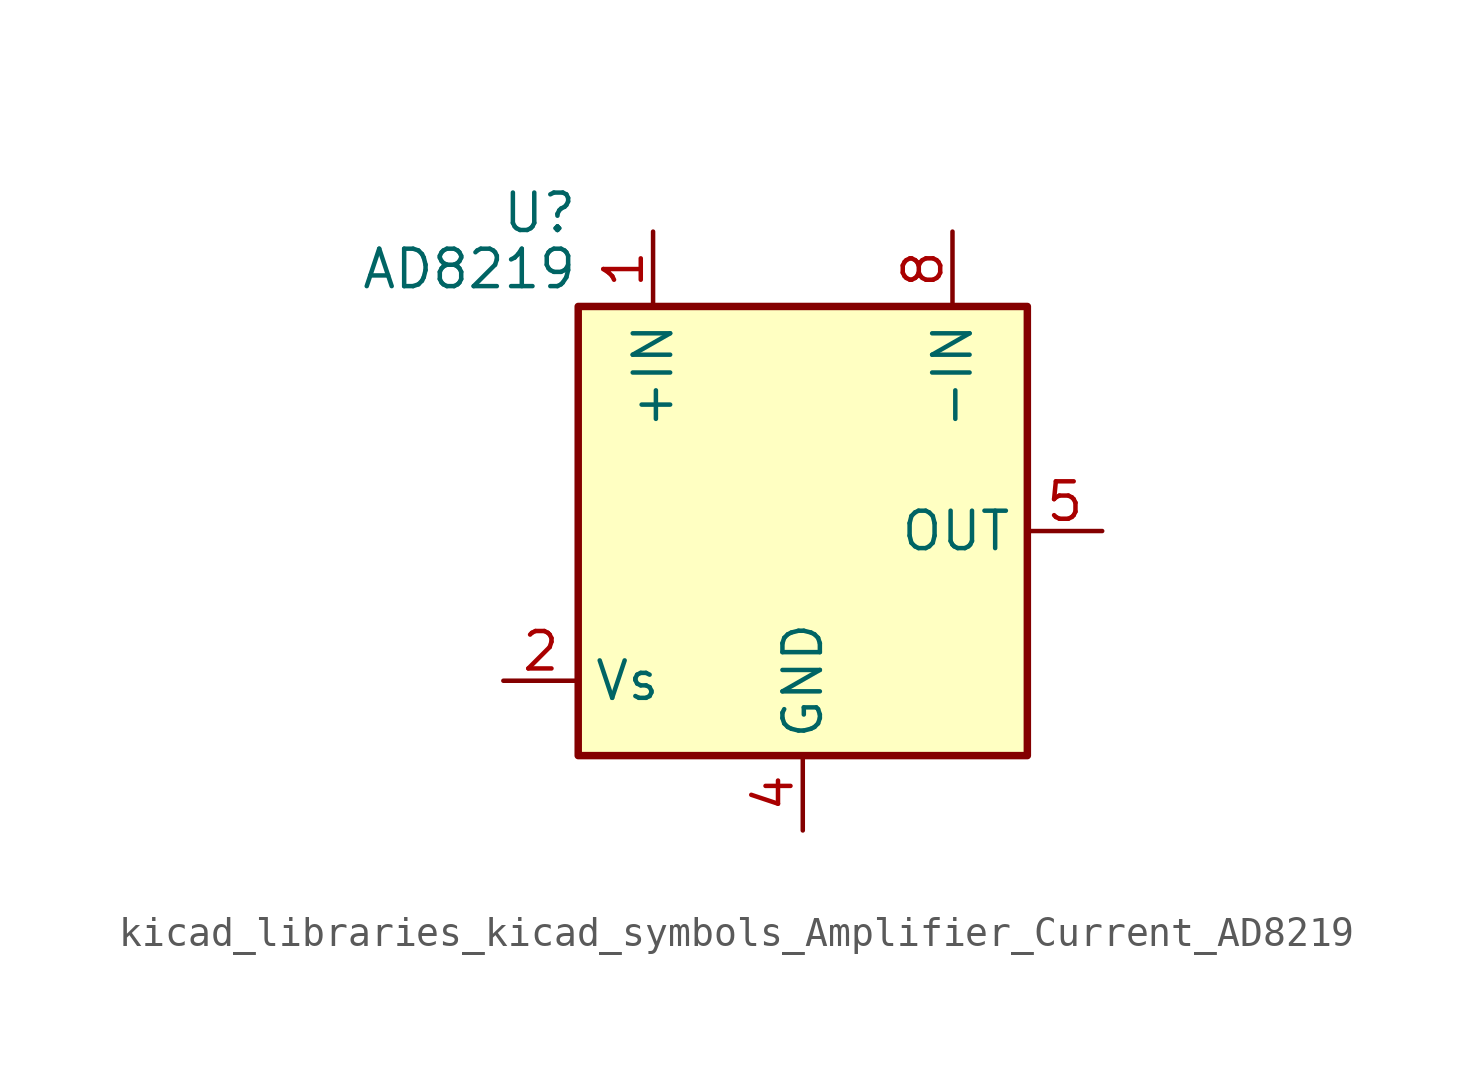
<source format=kicad_sym>
(kicad_symbol_lib
  (version 20220914)
  (generator kicad_symbol_editor)
  (symbol "kicad_libraries_kicad_symbols_Amplifier_Current_AD8219"
    (property "Reference" "U"
      (at -7.62 10.795 0)
      (effects (font (size 1.27 1.27)) (justify right)))
    (property "Value" "AD8219"
      (at -7.62 8.89 0)
      (effects (font (size 1.27 1.27)) (justify right)))
    (symbol "kicad_libraries_kicad_symbols_Amplifier_Current_AD8219_0_1"
      (rectangle (start -7.62 7.62) (end 7.62 -7.62) (stroke (width 0.254) (type default)) (fill (type background))))
    (symbol "kicad_libraries_kicad_symbols_Amplifier_Current_AD8219_1_1"
      (pin input line (at -5.08 10.16 270) (length 2.54) (name "+IN" (effects (font (size 1.27 1.27)))) (number "1" (effects (font (size 1.27 1.27)))))
      (pin power_in line (at -10.16 -5.08 0) (length 2.54) (name "Vs" (effects (font (size 1.27 1.27)))) (number "2" (effects (font (size 1.27 1.27)))))
      (pin no_connect line (at -2.54 -7.62 90) (length 2.54) hide (name "NC" (effects (font (size 1.27 1.27)))) (number "3" (effects (font (size 1.27 1.27)))))
      (pin power_in line (at 0 -10.16 90) (length 2.54) (name "GND" (effects (font (size 1.27 1.27)))) (number "4" (effects (font (size 1.27 1.27)))))
      (pin output line (at 10.16 0 180) (length 2.54) (name "OUT" (effects (font (size 1.27 1.27)))) (number "5" (effects (font (size 1.27 1.27)))))
      (pin no_connect line (at 2.54 -7.62 90) (length 2.54) hide (name "NC" (effects (font (size 1.27 1.27)))) (number "6" (effects (font (size 1.27 1.27)))))
      (pin no_connect line (at 5.08 -7.62 90) (length 2.54) hide (name "NC" (effects (font (size 1.27 1.27)))) (number "7" (effects (font (size 1.27 1.27)))))
      (pin input line (at 5.08 10.16 270) (length 2.54) (name "-IN" (effects (font (size 1.27 1.27)))) (number "8" (effects (font (size 1.27 1.27))))))))
</source>
